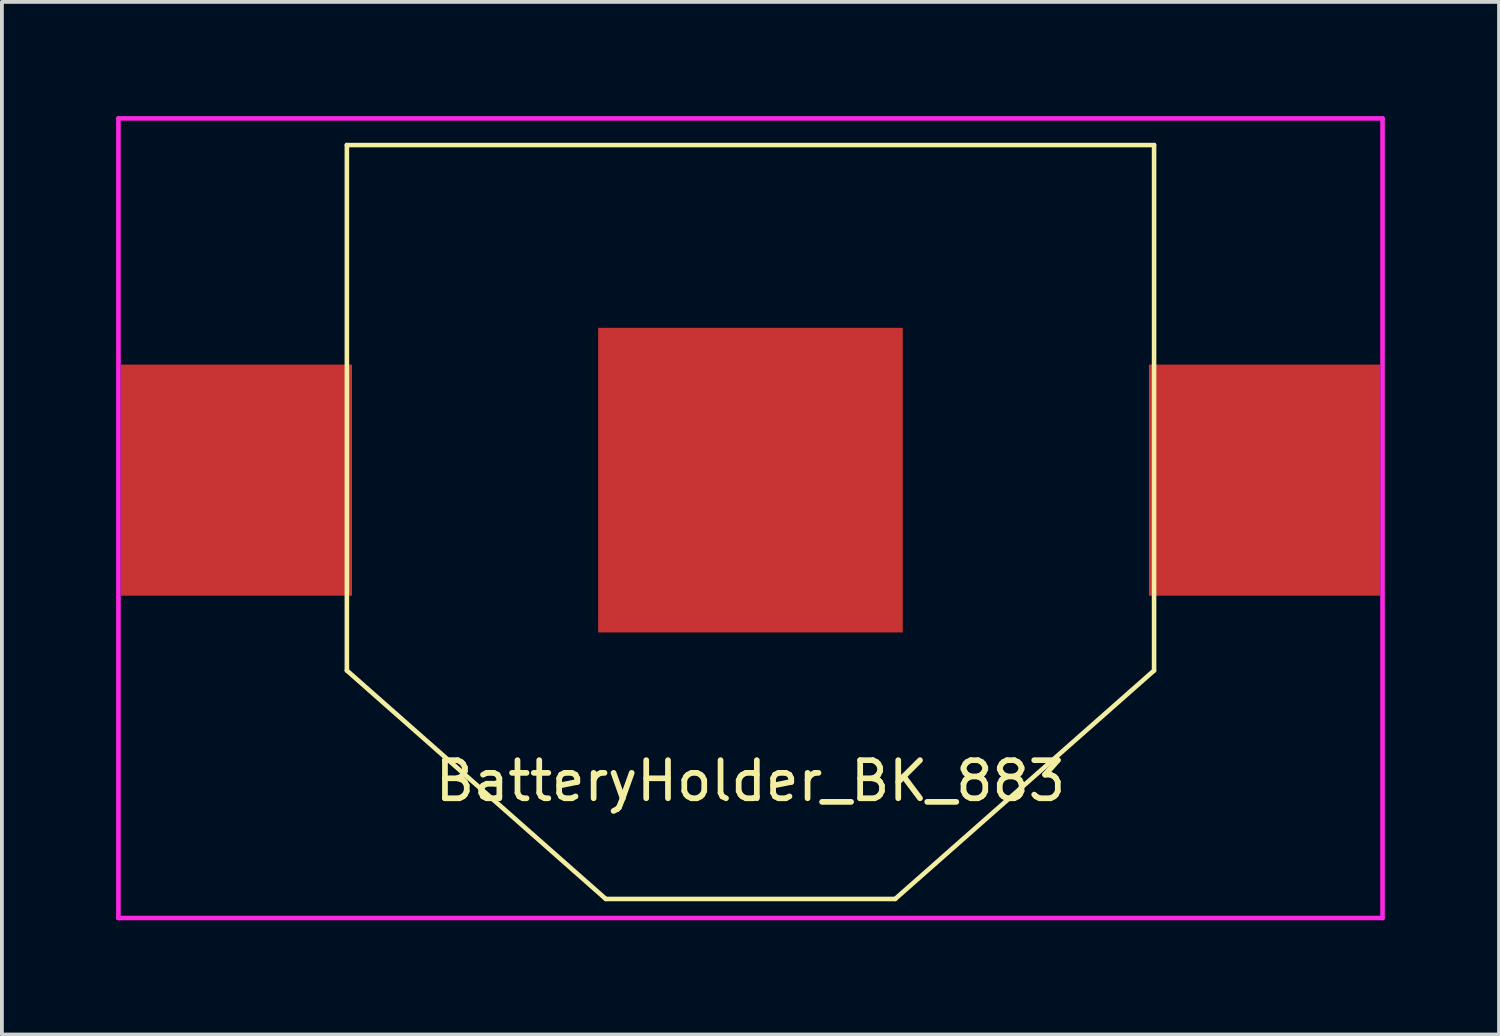
<source format=kicad_pcb>
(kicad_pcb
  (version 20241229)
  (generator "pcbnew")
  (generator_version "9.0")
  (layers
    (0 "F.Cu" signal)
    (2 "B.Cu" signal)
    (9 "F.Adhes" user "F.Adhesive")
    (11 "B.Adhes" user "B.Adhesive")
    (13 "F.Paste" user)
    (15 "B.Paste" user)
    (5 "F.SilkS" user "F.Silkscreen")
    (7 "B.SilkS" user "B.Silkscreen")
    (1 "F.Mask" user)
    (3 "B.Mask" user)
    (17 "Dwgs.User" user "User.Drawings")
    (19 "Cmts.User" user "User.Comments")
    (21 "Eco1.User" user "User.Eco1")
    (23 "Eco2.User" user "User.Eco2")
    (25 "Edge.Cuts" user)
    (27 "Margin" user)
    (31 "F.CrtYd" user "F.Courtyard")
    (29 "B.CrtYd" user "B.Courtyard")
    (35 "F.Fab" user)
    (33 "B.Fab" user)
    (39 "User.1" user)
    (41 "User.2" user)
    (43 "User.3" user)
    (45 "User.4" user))
  (footprint "BatteryHolder_BK_883"
    (layer "F.Cu")
    (at 16.66 10.16)
    (property "Reference" "BatteryHolder_BK_883" (at 0 7.3 0) (layer "F.SilkS") (effects (font (size 1 1) (thickness 0.15))))
    (attr through_hole)
    (fp_line (start -10.6 -9.4) (end 10.6 -9.4) (stroke (width 0.12) (type solid)) (layer "F.SilkS"))
    (fp_line (start -10.6 4.4) (end -10.6 -9.4) (stroke (width 0.12) (type solid)) (layer "F.SilkS"))
    (fp_line (start -3.8 10.4) (end -10.6 4.4) (stroke (width 0.12) (type solid)) (layer "F.SilkS"))
    (fp_line (start 3.8 10.4) (end -3.8 10.4) (stroke (width 0.12) (type solid)) (layer "F.SilkS"))
    (fp_line (start 10.6 -9.4) (end 10.6 4.4) (stroke (width 0.12) (type solid)) (layer "F.SilkS"))
    (fp_line (start 10.6 4.4) (end 3.8 10.4) (stroke (width 0.12) (type solid)) (layer "F.SilkS"))
    (fp_line (start -16.6 -10.1) (end 16.6 -10.1) (stroke (width 0.12) (type solid)) (layer "F.CrtYd"))
    (fp_line (start -16.6 10.9) (end -16.6 -10.1) (stroke (width 0.12) (type solid)) (layer "F.CrtYd"))
    (fp_line (start 16.6 -10.1) (end 16.6 10.9) (stroke (width 0.12) (type solid)) (layer "F.CrtYd"))
    (fp_line (start 16.6 10.9) (end -16.6 10.9) (stroke (width 0.12) (type solid)) (layer "F.CrtYd"))
    (pad "1" smd rect (at -13.5 -0.6) (size 6.07 6.07) (layers "F.Cu" "F.Mask" "F.Paste"))
    (pad "1" smd rect (at 13.5 -0.6) (size 6.07 6.07) (layers "F.Cu" "F.Mask" "F.Paste"))
    (pad "2" smd rect (at 0 -0.6) (size 8 8) (layers "F.Cu" "F.Mask" "F.Paste")))
  (gr_rect
    (start -3 -3)
    (end 36.32 24.12)
    (stroke (width 0.1) (type default))
    (fill no)
    (layer "Edge.Cuts")))
</source>
